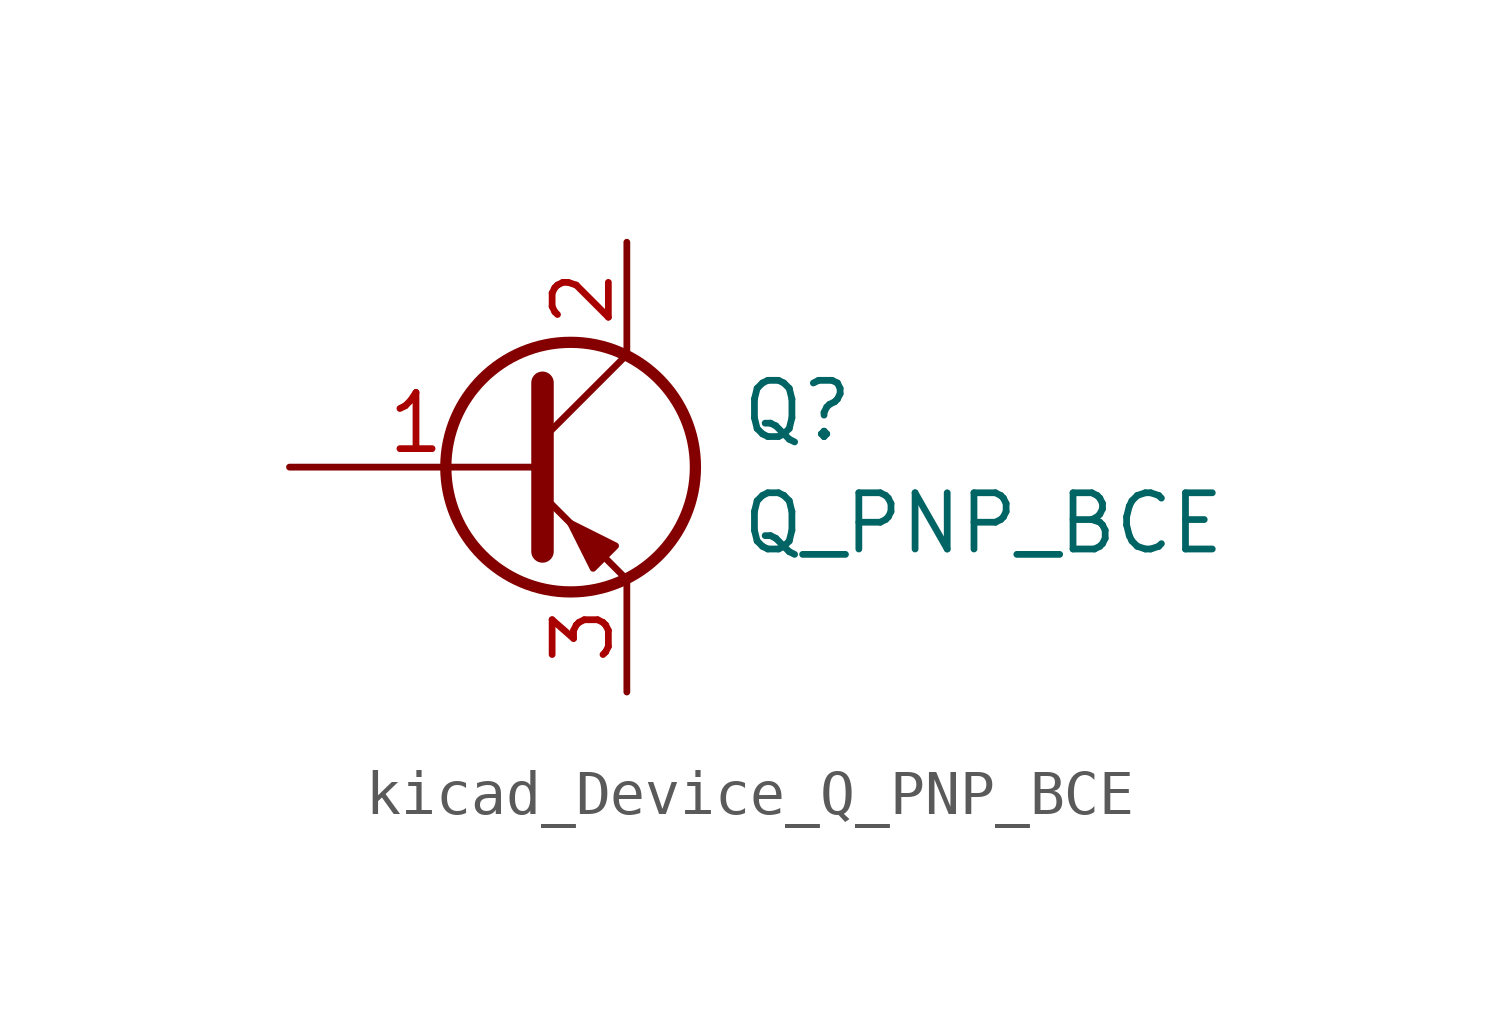
<source format=kicad_sym>
(kicad_symbol_lib
  (version 20220914)
  (generator kicad_symbol_editor)
  (symbol "kicad_Device_Q_PNP_BCE"
    (pin_names
      (offset 0) hide)
    (property "Reference" "Q"
      (at 5.08 1.27 0)
      (effects (font (size 1.27 1.27)) (justify left)))
    (property "Value" "Q_PNP_BCE"
      (at 5.08 -1.27 0)
      (effects (font (size 1.27 1.27)) (justify left)))
    (symbol "kicad_Device_Q_PNP_BCE_0_1"
      (polyline (pts (xy 0.635 0.635) (xy 2.54 2.54)) (stroke (width 0) (type default)) (fill (type none)))
      (polyline (pts (xy 0.635 -0.635) (xy 2.54 -2.54) (xy 2.54 -2.54)) (stroke (width 0) (type default)) (fill (type none)))
      (polyline (pts (xy 0.635 1.905) (xy 0.635 -1.905) (xy 0.635 -1.905)) (stroke (width 0.508) (type default)) (fill (type none)))
      (polyline (pts (xy 2.286 -1.778) (xy 1.778 -2.286) (xy 1.27 -1.27) (xy 2.286 -1.778) (xy 2.286 -1.778)) (stroke (width 0) (type default)) (fill (type outline)))
      (circle (center 1.27 0) (radius 2.819) (stroke (width 0.254) (type default)) (fill (type none))))
    (symbol "kicad_Device_Q_PNP_BCE_1_1"
      (pin input line (at -5.08 0 0) (length 5.715) (name "B" (effects (font (size 1.27 1.27)))) (number "1" (effects (font (size 1.27 1.27)))))
      (pin passive line (at 2.54 5.08 270) (length 2.54) (name "C" (effects (font (size 1.27 1.27)))) (number "2" (effects (font (size 1.27 1.27)))))
      (pin passive line (at 2.54 -5.08 90) (length 2.54) (name "E" (effects (font (size 1.27 1.27)))) (number "3" (effects (font (size 1.27 1.27))))))))
</source>
